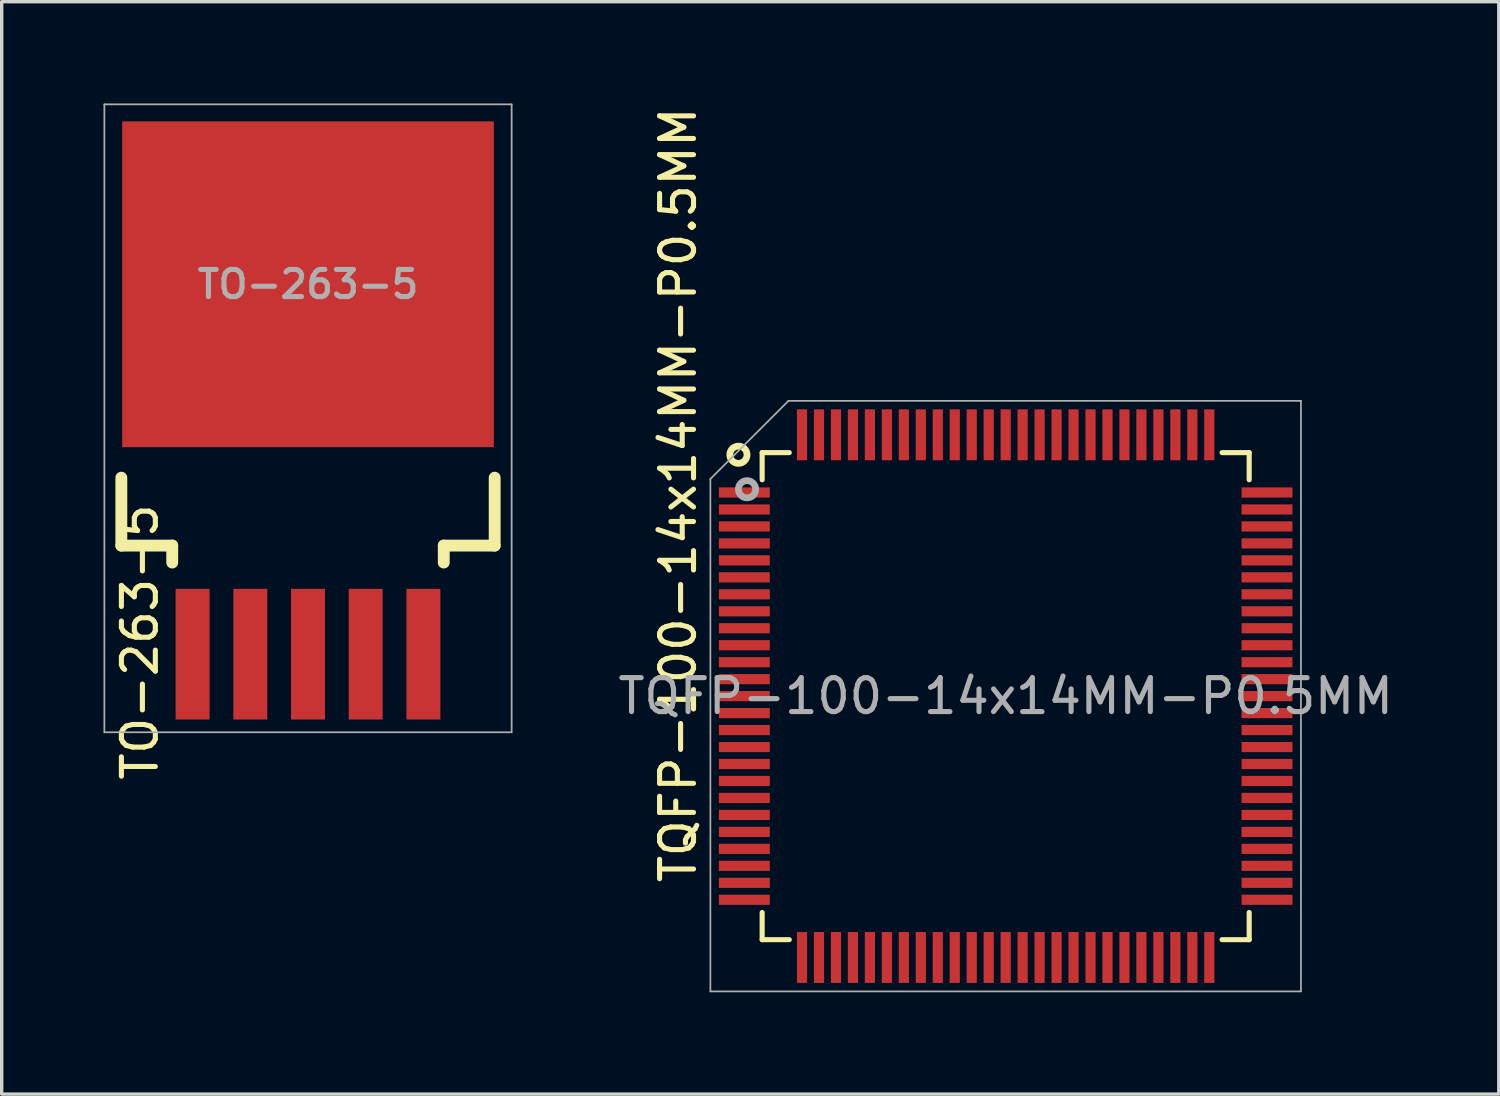
<source format=kicad_pcb>
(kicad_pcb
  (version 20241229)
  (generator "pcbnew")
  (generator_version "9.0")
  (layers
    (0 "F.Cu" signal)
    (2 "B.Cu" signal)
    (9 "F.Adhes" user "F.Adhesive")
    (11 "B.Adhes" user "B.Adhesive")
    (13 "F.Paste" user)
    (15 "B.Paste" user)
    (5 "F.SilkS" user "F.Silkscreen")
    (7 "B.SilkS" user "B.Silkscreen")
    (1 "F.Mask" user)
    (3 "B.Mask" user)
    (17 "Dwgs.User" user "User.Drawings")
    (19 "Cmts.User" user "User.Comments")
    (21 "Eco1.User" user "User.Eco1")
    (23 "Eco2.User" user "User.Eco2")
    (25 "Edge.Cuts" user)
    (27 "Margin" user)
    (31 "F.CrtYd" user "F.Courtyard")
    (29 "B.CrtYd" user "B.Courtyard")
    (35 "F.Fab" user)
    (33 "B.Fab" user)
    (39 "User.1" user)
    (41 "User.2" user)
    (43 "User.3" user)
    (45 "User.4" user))
  (footprint "TQFP-100-14x14MM-P0.5MM"
    (layer "F.Cu")
    (at 26.581 17.461)
    (property "Reference" "TQFP-100-14x14MM-P0.5MM" (at 0 0 180) (layer "F.Fab") (effects (font (size 1 1) (thickness 0.15))))
    (attr smd)
    (fp_line (start -7.175 -7.175) (end -7.175 -6.375) (stroke (width 0.15) (type solid)) (layer "F.SilkS"))
    (fp_line (start -7.175 -7.175) (end -6.375 -7.175) (stroke (width 0.15) (type solid)) (layer "F.SilkS"))
    (fp_line (start -7.175 7.175) (end -7.175 6.375) (stroke (width 0.15) (type solid)) (layer "F.SilkS"))
    (fp_line (start -7.175 7.175) (end -6.375 7.175) (stroke (width 0.15) (type solid)) (layer "F.SilkS"))
    (fp_line (start 7.175 -7.175) (end 6.375 -7.175) (stroke (width 0.15) (type solid)) (layer "F.SilkS"))
    (fp_line (start 7.175 -7.175) (end 7.175 -6.375) (stroke (width 0.15) (type solid)) (layer "F.SilkS"))
    (fp_line (start 7.175 7.175) (end 6.375 7.175) (stroke (width 0.15) (type solid)) (layer "F.SilkS"))
    (fp_line (start 7.175 7.175) (end 7.175 6.375) (stroke (width 0.15) (type solid)) (layer "F.SilkS"))
    (fp_circle (center -7.874 -7.112) (end -7.874 -6.858) (stroke (width 0.2) (type solid)) (fill no) (layer "F.SilkS"))
    (fp_line (start -8.7 -6.4) (end -8.7 8.7) (stroke (width 0.05) (type solid)) (layer "F.Fab"))
    (fp_line (start -8.7 -6.4) (end -6.4 -8.7) (stroke (width 0.05) (type solid)) (layer "F.Fab"))
    (fp_line (start -8.7 8.7) (end 8.7 8.7) (stroke (width 0.05) (type solid)) (layer "F.Fab"))
    (fp_line (start -6.4 -8.7) (end 8.7 -8.7) (stroke (width 0.05) (type solid)) (layer "F.Fab"))
    (fp_line (start 8.7 -8.7) (end 8.7 8.7) (stroke (width 0.05) (type solid)) (layer "F.Fab"))
    (fp_circle (center -7.62 -6.096) (end -7.62 -5.842) (stroke (width 0.2) (type solid)) (fill no) (layer "F.Fab"))
    (fp_text user "${REFERENCE}" (at -9.652 -5.931 90) (layer "F.SilkS") (effects (font (size 1 1) (thickness 0.15))))
    (pad "1" smd rect (at -7.7 -6) (size 1.5 0.3) (layers "F.Cu" "F.Mask" "F.Paste"))
    (pad "2" smd rect (at -7.7 -5.5) (size 1.5 0.3) (layers "F.Cu" "F.Mask" "F.Paste"))
    (pad "3" smd rect (at -7.7 -5) (size 1.5 0.3) (layers "F.Cu" "F.Mask" "F.Paste"))
    (pad "4" smd rect (at -7.7 -4.5) (size 1.5 0.3) (layers "F.Cu" "F.Mask" "F.Paste"))
    (pad "5" smd rect (at -7.7 -4) (size 1.5 0.3) (layers "F.Cu" "F.Mask" "F.Paste"))
    (pad "6" smd rect (at -7.7 -3.5) (size 1.5 0.3) (layers "F.Cu" "F.Mask" "F.Paste"))
    (pad "7" smd rect (at -7.7 -3) (size 1.5 0.3) (layers "F.Cu" "F.Mask" "F.Paste"))
    (pad "8" smd rect (at -7.7 -2.5) (size 1.5 0.3) (layers "F.Cu" "F.Mask" "F.Paste"))
    (pad "9" smd rect (at -7.7 -2) (size 1.5 0.3) (layers "F.Cu" "F.Mask" "F.Paste"))
    (pad "10" smd rect (at -7.7 -1.5) (size 1.5 0.3) (layers "F.Cu" "F.Mask" "F.Paste"))
    (pad "11" smd rect (at -7.7 -1) (size 1.5 0.3) (layers "F.Cu" "F.Mask" "F.Paste"))
    (pad "12" smd rect (at -7.7 -0.5) (size 1.5 0.3) (layers "F.Cu" "F.Mask" "F.Paste"))
    (pad "13" smd rect (at -7.7 0) (size 1.5 0.3) (layers "F.Cu" "F.Mask" "F.Paste"))
    (pad "14" smd rect (at -7.7 0.5) (size 1.5 0.3) (layers "F.Cu" "F.Mask" "F.Paste"))
    (pad "15" smd rect (at -7.7 1) (size 1.5 0.3) (layers "F.Cu" "F.Mask" "F.Paste"))
    (pad "16" smd rect (at -7.7 1.5) (size 1.5 0.3) (layers "F.Cu" "F.Mask" "F.Paste"))
    (pad "17" smd rect (at -7.7 2) (size 1.5 0.3) (layers "F.Cu" "F.Mask" "F.Paste"))
    (pad "18" smd rect (at -7.7 2.5) (size 1.5 0.3) (layers "F.Cu" "F.Mask" "F.Paste"))
    (pad "19" smd rect (at -7.7 3) (size 1.5 0.3) (layers "F.Cu" "F.Mask" "F.Paste"))
    (pad "20" smd rect (at -7.7 3.5) (size 1.5 0.3) (layers "F.Cu" "F.Mask" "F.Paste"))
    (pad "21" smd rect (at -7.7 4) (size 1.5 0.3) (layers "F.Cu" "F.Mask" "F.Paste"))
    (pad "22" smd rect (at -7.7 4.5) (size 1.5 0.3) (layers "F.Cu" "F.Mask" "F.Paste"))
    (pad "23" smd rect (at -7.7 5) (size 1.5 0.3) (layers "F.Cu" "F.Mask" "F.Paste"))
    (pad "24" smd rect (at -7.7 5.5) (size 1.5 0.3) (layers "F.Cu" "F.Mask" "F.Paste"))
    (pad "25" smd rect (at -7.7 6) (size 1.5 0.3) (layers "F.Cu" "F.Mask" "F.Paste"))
    (pad "26" smd rect (at -6 7.7 90) (size 1.5 0.3) (layers "F.Cu" "F.Mask" "F.Paste"))
    (pad "27" smd rect (at -5.5 7.7 90) (size 1.5 0.3) (layers "F.Cu" "F.Mask" "F.Paste"))
    (pad "28" smd rect (at -5 7.7 90) (size 1.5 0.3) (layers "F.Cu" "F.Mask" "F.Paste"))
    (pad "29" smd rect (at -4.5 7.7 90) (size 1.5 0.3) (layers "F.Cu" "F.Mask" "F.Paste"))
    (pad "30" smd rect (at -4 7.7 90) (size 1.5 0.3) (layers "F.Cu" "F.Mask" "F.Paste"))
    (pad "31" smd rect (at -3.5 7.7 90) (size 1.5 0.3) (layers "F.Cu" "F.Mask" "F.Paste"))
    (pad "32" smd rect (at -3 7.7 90) (size 1.5 0.3) (layers "F.Cu" "F.Mask" "F.Paste"))
    (pad "33" smd rect (at -2.5 7.7 90) (size 1.5 0.3) (layers "F.Cu" "F.Mask" "F.Paste"))
    (pad "34" smd rect (at -2 7.7 90) (size 1.5 0.3) (layers "F.Cu" "F.Mask" "F.Paste"))
    (pad "35" smd rect (at -1.5 7.7 90) (size 1.5 0.3) (layers "F.Cu" "F.Mask" "F.Paste"))
    (pad "36" smd rect (at -1 7.7 90) (size 1.5 0.3) (layers "F.Cu" "F.Mask" "F.Paste"))
    (pad "37" smd rect (at -0.5 7.7 90) (size 1.5 0.3) (layers "F.Cu" "F.Mask" "F.Paste"))
    (pad "38" smd rect (at 0 7.7 90) (size 1.5 0.3) (layers "F.Cu" "F.Mask" "F.Paste"))
    (pad "39" smd rect (at 0.5 7.7 90) (size 1.5 0.3) (layers "F.Cu" "F.Mask" "F.Paste"))
    (pad "40" smd rect (at 1 7.7 90) (size 1.5 0.3) (layers "F.Cu" "F.Mask" "F.Paste"))
    (pad "41" smd rect (at 1.5 7.7 90) (size 1.5 0.3) (layers "F.Cu" "F.Mask" "F.Paste"))
    (pad "42" smd rect (at 2 7.7 90) (size 1.5 0.3) (layers "F.Cu" "F.Mask" "F.Paste"))
    (pad "43" smd rect (at 2.5 7.7 90) (size 1.5 0.3) (layers "F.Cu" "F.Mask" "F.Paste"))
    (pad "44" smd rect (at 3 7.7 90) (size 1.5 0.3) (layers "F.Cu" "F.Mask" "F.Paste"))
    (pad "45" smd rect (at 3.5 7.7 90) (size 1.5 0.3) (layers "F.Cu" "F.Mask" "F.Paste"))
    (pad "46" smd rect (at 4 7.7 90) (size 1.5 0.3) (layers "F.Cu" "F.Mask" "F.Paste"))
    (pad "47" smd rect (at 4.5 7.7 90) (size 1.5 0.3) (layers "F.Cu" "F.Mask" "F.Paste"))
    (pad "48" smd rect (at 5 7.7 90) (size 1.5 0.3) (layers "F.Cu" "F.Mask" "F.Paste"))
    (pad "49" smd rect (at 5.5 7.7 90) (size 1.5 0.3) (layers "F.Cu" "F.Mask" "F.Paste"))
    (pad "50" smd rect (at 6 7.7 90) (size 1.5 0.3) (layers "F.Cu" "F.Mask" "F.Paste"))
    (pad "51" smd rect (at 7.7 6) (size 1.5 0.3) (layers "F.Cu" "F.Mask" "F.Paste"))
    (pad "52" smd rect (at 7.7 5.5) (size 1.5 0.3) (layers "F.Cu" "F.Mask" "F.Paste"))
    (pad "53" smd rect (at 7.7 5) (size 1.5 0.3) (layers "F.Cu" "F.Mask" "F.Paste"))
    (pad "54" smd rect (at 7.7 4.5) (size 1.5 0.3) (layers "F.Cu" "F.Mask" "F.Paste"))
    (pad "55" smd rect (at 7.7 4) (size 1.5 0.3) (layers "F.Cu" "F.Mask" "F.Paste"))
    (pad "56" smd rect (at 7.7 3.5) (size 1.5 0.3) (layers "F.Cu" "F.Mask" "F.Paste"))
    (pad "57" smd rect (at 7.7 3) (size 1.5 0.3) (layers "F.Cu" "F.Mask" "F.Paste"))
    (pad "58" smd rect (at 7.7 2.5) (size 1.5 0.3) (layers "F.Cu" "F.Mask" "F.Paste"))
    (pad "59" smd rect (at 7.7 2) (size 1.5 0.3) (layers "F.Cu" "F.Mask" "F.Paste"))
    (pad "60" smd rect (at 7.7 1.5) (size 1.5 0.3) (layers "F.Cu" "F.Mask" "F.Paste"))
    (pad "61" smd rect (at 7.7 1) (size 1.5 0.3) (layers "F.Cu" "F.Mask" "F.Paste"))
    (pad "62" smd rect (at 7.7 0.5) (size 1.5 0.3) (layers "F.Cu" "F.Mask" "F.Paste"))
    (pad "63" smd rect (at 7.7 0) (size 1.5 0.3) (layers "F.Cu" "F.Mask" "F.Paste"))
    (pad "64" smd rect (at 7.7 -0.5) (size 1.5 0.3) (layers "F.Cu" "F.Mask" "F.Paste"))
    (pad "65" smd rect (at 7.7 -1) (size 1.5 0.3) (layers "F.Cu" "F.Mask" "F.Paste"))
    (pad "66" smd rect (at 7.7 -1.5) (size 1.5 0.3) (layers "F.Cu" "F.Mask" "F.Paste"))
    (pad "67" smd rect (at 7.7 -2) (size 1.5 0.3) (layers "F.Cu" "F.Mask" "F.Paste"))
    (pad "68" smd rect (at 7.7 -2.5) (size 1.5 0.3) (layers "F.Cu" "F.Mask" "F.Paste"))
    (pad "69" smd rect (at 7.7 -3) (size 1.5 0.3) (layers "F.Cu" "F.Mask" "F.Paste"))
    (pad "70" smd rect (at 7.7 -3.5) (size 1.5 0.3) (layers "F.Cu" "F.Mask" "F.Paste"))
    (pad "71" smd rect (at 7.7 -4) (size 1.5 0.3) (layers "F.Cu" "F.Mask" "F.Paste"))
    (pad "72" smd rect (at 7.7 -4.5) (size 1.5 0.3) (layers "F.Cu" "F.Mask" "F.Paste"))
    (pad "73" smd rect (at 7.7 -5) (size 1.5 0.3) (layers "F.Cu" "F.Mask" "F.Paste"))
    (pad "74" smd rect (at 7.7 -5.5) (size 1.5 0.3) (layers "F.Cu" "F.Mask" "F.Paste"))
    (pad "75" smd rect (at 7.7 -6) (size 1.5 0.3) (layers "F.Cu" "F.Mask" "F.Paste"))
    (pad "76" smd rect (at 6 -7.7 90) (size 1.5 0.3) (layers "F.Cu" "F.Mask" "F.Paste"))
    (pad "77" smd rect (at 5.5 -7.7 90) (size 1.5 0.3) (layers "F.Cu" "F.Mask" "F.Paste"))
    (pad "78" smd rect (at 5 -7.7 90) (size 1.5 0.3) (layers "F.Cu" "F.Mask" "F.Paste"))
    (pad "79" smd rect (at 4.5 -7.7 90) (size 1.5 0.3) (layers "F.Cu" "F.Mask" "F.Paste"))
    (pad "80" smd rect (at 4 -7.7 90) (size 1.5 0.3) (layers "F.Cu" "F.Mask" "F.Paste"))
    (pad "81" smd rect (at 3.5 -7.7 90) (size 1.5 0.3) (layers "F.Cu" "F.Mask" "F.Paste"))
    (pad "82" smd rect (at 3 -7.7 90) (size 1.5 0.3) (layers "F.Cu" "F.Mask" "F.Paste"))
    (pad "83" smd rect (at 2.5 -7.7 90) (size 1.5 0.3) (layers "F.Cu" "F.Mask" "F.Paste"))
    (pad "84" smd rect (at 2 -7.7 90) (size 1.5 0.3) (layers "F.Cu" "F.Mask" "F.Paste"))
    (pad "85" smd rect (at 1.5 -7.7 90) (size 1.5 0.3) (layers "F.Cu" "F.Mask" "F.Paste"))
    (pad "86" smd rect (at 1 -7.7 90) (size 1.5 0.3) (layers "F.Cu" "F.Mask" "F.Paste"))
    (pad "87" smd rect (at 0.5 -7.7 90) (size 1.5 0.3) (layers "F.Cu" "F.Mask" "F.Paste"))
    (pad "88" smd rect (at 0 -7.7 90) (size 1.5 0.3) (layers "F.Cu" "F.Mask" "F.Paste"))
    (pad "89" smd rect (at -0.5 -7.7 90) (size 1.5 0.3) (layers "F.Cu" "F.Mask" "F.Paste"))
    (pad "90" smd rect (at -1 -7.7 90) (size 1.5 0.3) (layers "F.Cu" "F.Mask" "F.Paste"))
    (pad "91" smd rect (at -1.5 -7.7 90) (size 1.5 0.3) (layers "F.Cu" "F.Mask" "F.Paste"))
    (pad "92" smd rect (at -2 -7.7 90) (size 1.5 0.3) (layers "F.Cu" "F.Mask" "F.Paste"))
    (pad "93" smd rect (at -2.5 -7.7 90) (size 1.5 0.3) (layers "F.Cu" "F.Mask" "F.Paste"))
    (pad "94" smd rect (at -3 -7.7 90) (size 1.5 0.3) (layers "F.Cu" "F.Mask" "F.Paste"))
    (pad "95" smd rect (at -3.5 -7.7 90) (size 1.5 0.3) (layers "F.Cu" "F.Mask" "F.Paste"))
    (pad "96" smd rect (at -4 -7.7 90) (size 1.5 0.3) (layers "F.Cu" "F.Mask" "F.Paste"))
    (pad "97" smd rect (at -4.5 -7.7 90) (size 1.5 0.3) (layers "F.Cu" "F.Mask" "F.Paste"))
    (pad "98" smd rect (at -5 -7.7 90) (size 1.5 0.3) (layers "F.Cu" "F.Mask" "F.Paste"))
    (pad "99" smd rect (at -5.5 -7.7 90) (size 1.5 0.3) (layers "F.Cu" "F.Mask" "F.Paste"))
    (pad "100" smd rect (at -6 -7.7 90) (size 1.5 0.3) (layers "F.Cu" "F.Mask" "F.Paste")))
  (footprint "TO-263-5"
    (layer "F.Cu")
    (at 6.025 5.326)
    (property "Reference" "TO-263-5" (at 0 0 180) (layer "F.Fab") (effects (font (size 0.8 0.8) (thickness 0.15))))
    (attr smd)
    (fp_line (start -5.5 5.699) (end -5.5 7.699) (stroke (width 0.35) (type solid)) (layer "F.SilkS"))
    (fp_line (start -5.5 7.699) (end -4 7.699) (stroke (width 0.35) (type solid)) (layer "F.SilkS"))
    (fp_line (start -4 7.699) (end -4 8.199) (stroke (width 0.35) (type solid)) (layer "F.SilkS"))
    (fp_line (start 4 7.699) (end 4 8.199) (stroke (width 0.35) (type solid)) (layer "F.SilkS"))
    (fp_line (start 5.5 5.699) (end 5.5 7.699) (stroke (width 0.35) (type solid)) (layer "F.SilkS"))
    (fp_line (start 5.5 7.699) (end 4 7.699) (stroke (width 0.35) (type solid)) (layer "F.SilkS"))
    (fp_line (start -6 -5.301) (end 6 -5.301) (stroke (width 0.051) (type solid)) (layer "F.Fab"))
    (fp_line (start -6 13.199) (end -6 -5.301) (stroke (width 0.051) (type solid)) (layer "F.Fab"))
    (fp_line (start 6 -5.301) (end 6 13.199) (stroke (width 0.051) (type solid)) (layer "F.Fab"))
    (fp_line (start 6 13.199) (end -6 13.199) (stroke (width 0.051) (type solid)) (layer "F.Fab"))
    (fp_text user "${REFERENCE}" (at -4.953 10.541 270) (layer "F.SilkS") (effects (font (size 1 1) (thickness 0.15))))
    (pad "" smd rect (at -3 -0.301 270) (size 2.3 2.3) (layers "F.Paste"))
    (pad "" smd rect (at -3 3.199 270) (size 2.3 2.3) (layers "F.Paste"))
    (pad "" smd rect (at 0 -0.301 270) (size 2.3 2.3) (layers "F.Paste"))
    (pad "" smd rect (at 0 3.199) (size 2.3 2.3) (layers "F.Paste"))
    (pad "" smd rect (at 3 -0.301 270) (size 2.3 2.3) (layers "F.Paste"))
    (pad "" smd rect (at 3 3.199 270) (size 2.3 2.3) (layers "F.Paste"))
    (pad "1" smd rect (at -3.4 10.899 270) (size 3.85 1) (layers "F.Cu" "F.Mask" "F.Paste"))
    (pad "2" smd rect (at -1.7 10.899 270) (size 3.85 1) (layers "F.Cu" "F.Mask" "F.Paste"))
    (pad "3" smd rect (at 0 10.899 270) (size 3.85 1) (layers "F.Cu" "F.Mask" "F.Paste"))
    (pad "4" smd rect (at 1.7 10.899 270) (size 3.85 1) (layers "F.Cu" "F.Mask" "F.Paste"))
    (pad "5" smd rect (at 3.4 10.899 270) (size 3.85 1) (layers "F.Cu" "F.Mask" "F.Paste"))
    (pad "6" smd rect (at 0 0 270) (size 9.6 10.95) (layers "F.Cu" "F.Mask")))
  (gr_rect
    (start -3 -3)
    (end 41.11 29.186)
    (stroke (width 0.1) (type default))
    (fill no)
    (layer "Edge.Cuts")))
</source>
